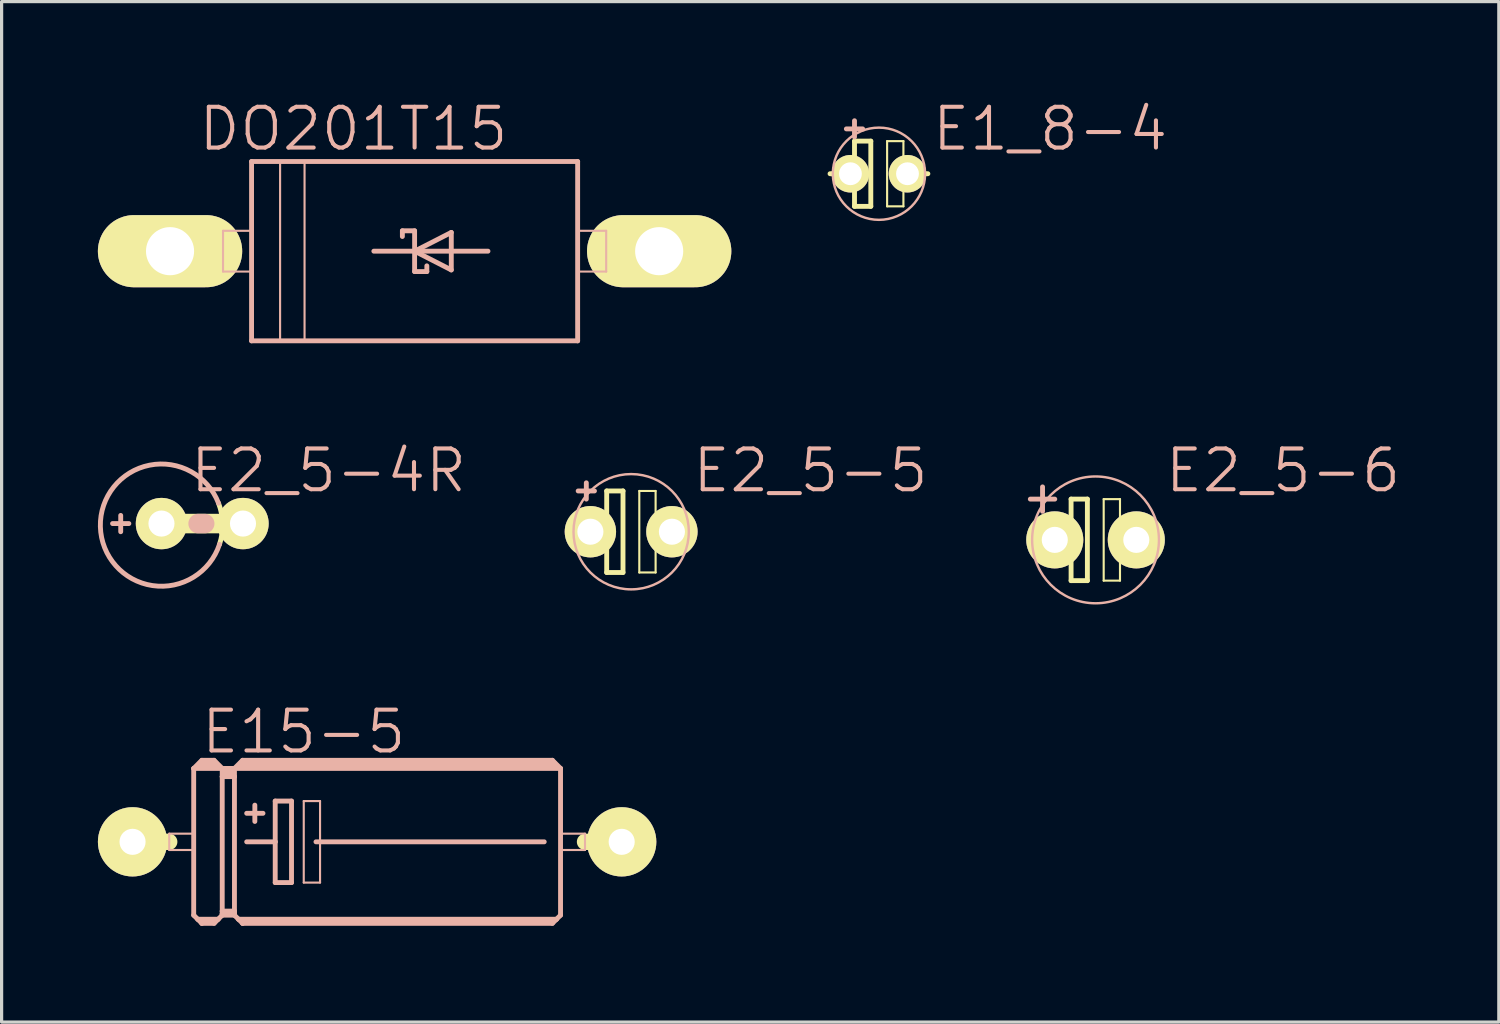
<source format=kicad_pcb>
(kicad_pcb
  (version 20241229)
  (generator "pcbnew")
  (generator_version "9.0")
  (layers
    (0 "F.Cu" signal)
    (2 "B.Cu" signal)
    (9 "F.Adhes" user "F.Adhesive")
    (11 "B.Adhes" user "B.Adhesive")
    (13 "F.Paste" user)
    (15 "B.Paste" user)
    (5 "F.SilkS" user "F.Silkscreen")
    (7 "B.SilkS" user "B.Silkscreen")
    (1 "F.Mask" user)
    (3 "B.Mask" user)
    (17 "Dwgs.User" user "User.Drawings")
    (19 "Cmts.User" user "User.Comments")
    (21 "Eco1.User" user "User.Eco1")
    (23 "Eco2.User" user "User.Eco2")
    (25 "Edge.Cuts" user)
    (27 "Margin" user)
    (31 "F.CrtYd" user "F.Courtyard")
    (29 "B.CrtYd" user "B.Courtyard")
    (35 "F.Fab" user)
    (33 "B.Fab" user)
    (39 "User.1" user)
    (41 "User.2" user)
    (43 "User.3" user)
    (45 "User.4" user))
  (footprint "E1_8-4"
    (layer "F.Cu")
    (at 24.336 2.363)
    (property "Reference" "E1_8-4" (at 5.334 -1.397 0) (layer "B.SilkS") (effects (font (size 1.27 1.27) (thickness 0.127))))
    (attr exclude_from_pos_files exclude_from_bom)
    (fp_line (start -1.524 0) (end -0.762 0) (stroke (width 0.152) (type solid)) (layer "F.SilkS"))
    (fp_line (start -0.762 -1.016) (end -0.762 0) (stroke (width 0.152) (type solid)) (layer "F.SilkS"))
    (fp_line (start -0.762 0) (end -0.762 1.016) (stroke (width 0.152) (type solid)) (layer "F.SilkS"))
    (fp_line (start -0.762 1.016) (end -0.254 1.016) (stroke (width 0.152) (type solid)) (layer "F.SilkS"))
    (fp_line (start -0.254 -1.016) (end -0.762 -1.016) (stroke (width 0.152) (type solid)) (layer "F.SilkS"))
    (fp_line (start -0.254 1.016) (end -0.254 -1.016) (stroke (width 0.152) (type solid)) (layer "F.SilkS"))
    (fp_line (start 0.254 -1.016) (end 0.762 -1.016) (stroke (width 0.066) (type solid)) (layer "F.SilkS"))
    (fp_line (start 0.254 1.016) (end 0.254 -1.016) (stroke (width 0.066) (type solid)) (layer "F.SilkS"))
    (fp_line (start 0.254 1.016) (end 0.762 1.016) (stroke (width 0.066) (type solid)) (layer "F.SilkS"))
    (fp_line (start 0.635 0) (end 1.524 0) (stroke (width 0.152) (type solid)) (layer "F.SilkS"))
    (fp_line (start 0.762 1.016) (end 0.762 -1.016) (stroke (width 0.066) (type solid)) (layer "F.SilkS"))
    (fp_line (start -1.016 -1.397) (end -0.508 -1.397) (stroke (width 0.152) (type solid)) (layer "B.SilkS"))
    (fp_line (start -0.762 -1.143) (end -0.762 -1.651) (stroke (width 0.152) (type solid)) (layer "B.SilkS"))
    (fp_circle (center 0 0) (end -1.016 1.016) (stroke (width 0.076) (type solid)) (fill no) (layer "B.SilkS"))
    (pad "+" thru_hole circle (at -0.889 0) (size 1.168 1.168) (drill 0.711) (layers "*.Cu" "F.Mask" "F.SilkS" "F.Paste"))
    (pad "-" thru_hole circle (at 0.889 0) (size 1.168 1.168) (drill 0.711) (layers "*.Cu" "F.Mask" "F.SilkS" "F.Paste")))
  (footprint "E15-5"
    (layer "F.Cu")
    (at 8.7 23.179)
    (property "Reference" "E15-5" (at -2.286 -3.429 0) (layer "B.SilkS") (effects (font (size 1.27 1.27) (thickness 0.127))))
    (attr exclude_from_pos_files exclude_from_bom)
    (fp_line (start -7.62 0) (end -6.477 0) (stroke (width 0.508) (type solid)) (layer "F.SilkS"))
    (fp_line (start 7.62 0) (end 6.477 0) (stroke (width 0.508) (type solid)) (layer "F.SilkS"))
    (fp_line (start -6.477 -0.254) (end -5.715 -0.254) (stroke (width 0.066) (type solid)) (layer "B.SilkS"))
    (fp_line (start -6.477 0.254) (end -6.477 -0.254) (stroke (width 0.066) (type solid)) (layer "B.SilkS"))
    (fp_line (start -6.477 0.254) (end -5.715 0.254) (stroke (width 0.066) (type solid)) (layer "B.SilkS"))
    (fp_line (start -5.715 -2.286) (end -4.826 -2.286) (stroke (width 0.152) (type solid)) (layer "B.SilkS"))
    (fp_line (start -5.715 0.254) (end -5.715 -0.254) (stroke (width 0.066) (type solid)) (layer "B.SilkS"))
    (fp_line (start -5.715 2.286) (end -5.715 -2.286) (stroke (width 0.152) (type solid)) (layer "B.SilkS"))
    (fp_line (start -5.715 2.286) (end -5.588 2.413) (stroke (width 0.152) (type solid)) (layer "B.SilkS"))
    (fp_line (start -5.588 2.413) (end -5.461 2.54) (stroke (width 0.152) (type solid)) (layer "B.SilkS"))
    (fp_line (start -5.588 2.413) (end -4.953 2.413) (stroke (width 0.152) (type solid)) (layer "B.SilkS"))
    (fp_line (start -5.461 -2.54) (end -5.715 -2.286) (stroke (width 0.152) (type solid)) (layer "B.SilkS"))
    (fp_line (start -5.461 -2.54) (end -5.08 -2.54) (stroke (width 0.152) (type solid)) (layer "B.SilkS"))
    (fp_line (start -5.461 -2.413) (end -5.08 -2.413) (stroke (width 0.305) (type solid)) (layer "B.SilkS"))
    (fp_line (start -5.461 2.489) (end -5.461 2.54) (stroke (width 0.152) (type solid)) (layer "B.SilkS"))
    (fp_line (start -5.461 2.54) (end -5.08 2.54) (stroke (width 0.152) (type solid)) (layer "B.SilkS"))
    (fp_line (start -5.08 -2.54) (end -4.826 -2.286) (stroke (width 0.152) (type solid)) (layer "B.SilkS"))
    (fp_line (start -5.08 2.489) (end -5.461 2.489) (stroke (width 0.152) (type solid)) (layer "B.SilkS"))
    (fp_line (start -5.08 2.54) (end -4.953 2.413) (stroke (width 0.152) (type solid)) (layer "B.SilkS"))
    (fp_line (start -4.953 2.413) (end -4.826 2.286) (stroke (width 0.152) (type solid)) (layer "B.SilkS"))
    (fp_line (start -4.826 -2.286) (end -4.826 -2.032) (stroke (width 0.152) (type solid)) (layer "B.SilkS"))
    (fp_line (start -4.826 -2.286) (end -4.445 -2.286) (stroke (width 0.152) (type solid)) (layer "B.SilkS"))
    (fp_line (start -4.826 -2.032) (end -4.826 2.159) (stroke (width 0.152) (type solid)) (layer "B.SilkS"))
    (fp_line (start -4.826 -2.032) (end -4.445 -2.032) (stroke (width 0.152) (type solid)) (layer "B.SilkS"))
    (fp_line (start -4.826 2.159) (end -4.826 2.235) (stroke (width 0.152) (type solid)) (layer "B.SilkS"))
    (fp_line (start -4.826 2.159) (end -4.445 2.159) (stroke (width 0.152) (type solid)) (layer "B.SilkS"))
    (fp_line (start -4.826 2.235) (end -4.826 2.286) (stroke (width 0.152) (type solid)) (layer "B.SilkS"))
    (fp_line (start -4.826 2.286) (end -4.445 2.286) (stroke (width 0.152) (type solid)) (layer "B.SilkS"))
    (fp_line (start -4.699 -2.159) (end -4.572 -2.159) (stroke (width 0.305) (type solid)) (layer "B.SilkS"))
    (fp_line (start -4.445 -2.286) (end -4.445 -2.032) (stroke (width 0.152) (type solid)) (layer "B.SilkS"))
    (fp_line (start -4.445 -2.286) (end -4.191 -2.54) (stroke (width 0.152) (type solid)) (layer "B.SilkS"))
    (fp_line (start -4.445 -2.286) (end 5.715 -2.286) (stroke (width 0.152) (type solid)) (layer "B.SilkS"))
    (fp_line (start -4.445 -2.032) (end -4.445 2.159) (stroke (width 0.152) (type solid)) (layer "B.SilkS"))
    (fp_line (start -4.445 2.159) (end -4.445 2.235) (stroke (width 0.152) (type solid)) (layer "B.SilkS"))
    (fp_line (start -4.445 2.235) (end -4.826 2.235) (stroke (width 0.152) (type solid)) (layer "B.SilkS"))
    (fp_line (start -4.445 2.235) (end -4.445 2.286) (stroke (width 0.152) (type solid)) (layer "B.SilkS"))
    (fp_line (start -4.445 2.286) (end -4.318 2.413) (stroke (width 0.152) (type solid)) (layer "B.SilkS"))
    (fp_line (start -4.318 2.413) (end -4.191 2.54) (stroke (width 0.152) (type solid)) (layer "B.SilkS"))
    (fp_line (start -4.318 2.413) (end 5.588 2.413) (stroke (width 0.152) (type solid)) (layer "B.SilkS"))
    (fp_line (start -4.191 -2.54) (end 5.461 -2.54) (stroke (width 0.152) (type solid)) (layer "B.SilkS"))
    (fp_line (start -4.191 -2.413) (end 5.461 -2.413) (stroke (width 0.305) (type solid)) (layer "B.SilkS"))
    (fp_line (start -4.191 2.489) (end -4.191 2.54) (stroke (width 0.152) (type solid)) (layer "B.SilkS"))
    (fp_line (start -4.191 2.54) (end 5.461 2.54) (stroke (width 0.152) (type solid)) (layer "B.SilkS"))
    (fp_line (start -4.064 -0.889) (end -3.556 -0.889) (stroke (width 0.152) (type solid)) (layer "B.SilkS"))
    (fp_line (start -4.064 0) (end -3.175 0) (stroke (width 0.152) (type solid)) (layer "B.SilkS"))
    (fp_line (start -3.81 -1.143) (end -3.81 -0.635) (stroke (width 0.152) (type solid)) (layer "B.SilkS"))
    (fp_line (start -3.175 -1.27) (end -3.175 0) (stroke (width 0.152) (type solid)) (layer "B.SilkS"))
    (fp_line (start -3.175 0) (end -3.175 1.27) (stroke (width 0.152) (type solid)) (layer "B.SilkS"))
    (fp_line (start -3.175 1.27) (end -2.667 1.27) (stroke (width 0.152) (type solid)) (layer "B.SilkS"))
    (fp_line (start -2.667 -1.27) (end -3.175 -1.27) (stroke (width 0.152) (type solid)) (layer "B.SilkS"))
    (fp_line (start -2.667 1.27) (end -2.667 -1.27) (stroke (width 0.152) (type solid)) (layer "B.SilkS"))
    (fp_line (start -2.286 -1.27) (end -1.778 -1.27) (stroke (width 0.066) (type solid)) (layer "B.SilkS"))
    (fp_line (start -2.286 1.27) (end -2.286 -1.27) (stroke (width 0.066) (type solid)) (layer "B.SilkS"))
    (fp_line (start -2.286 1.27) (end -1.778 1.27) (stroke (width 0.066) (type solid)) (layer "B.SilkS"))
    (fp_line (start -1.905 0) (end 5.207 0) (stroke (width 0.152) (type solid)) (layer "B.SilkS"))
    (fp_line (start -1.778 1.27) (end -1.778 -1.27) (stroke (width 0.066) (type solid)) (layer "B.SilkS"))
    (fp_line (start 5.461 2.489) (end -4.191 2.489) (stroke (width 0.152) (type solid)) (layer "B.SilkS"))
    (fp_line (start 5.588 2.413) (end 5.461 2.54) (stroke (width 0.152) (type solid)) (layer "B.SilkS"))
    (fp_line (start 5.715 -2.286) (end 5.461 -2.54) (stroke (width 0.152) (type solid)) (layer "B.SilkS"))
    (fp_line (start 5.715 -2.286) (end 5.715 2.286) (stroke (width 0.152) (type solid)) (layer "B.SilkS"))
    (fp_line (start 5.715 -0.254) (end 6.477 -0.254) (stroke (width 0.066) (type solid)) (layer "B.SilkS"))
    (fp_line (start 5.715 0.254) (end 5.715 -0.254) (stroke (width 0.066) (type solid)) (layer "B.SilkS"))
    (fp_line (start 5.715 0.254) (end 6.477 0.254) (stroke (width 0.066) (type solid)) (layer "B.SilkS"))
    (fp_line (start 5.715 2.286) (end 5.588 2.413) (stroke (width 0.152) (type solid)) (layer "B.SilkS"))
    (fp_line (start 6.477 0.254) (end 6.477 -0.254) (stroke (width 0.066) (type solid)) (layer "B.SilkS"))
    (pad "+" thru_hole circle (at -7.62 0) (size 2.159 2.159) (drill 0.813) (layers "*.Cu" "F.Mask" "F.SilkS" "F.Paste"))
    (pad "-" thru_hole circle (at 7.62 0) (size 2.159 2.159) (drill 0.813) (layers "*.Cu" "F.Mask" "F.SilkS" "F.Paste")))
  (footprint "DO201T15"
    (layer "F.Cu")
    (at 9.868 4.776)
    (property "Reference" "DO201T15" (at -1.905 -3.81 0) (layer "B.SilkS") (effects (font (size 1.27 1.27) (thickness 0.127))))
    (attr exclude_from_pos_files exclude_from_bom)
    (fp_line (start -7.62 0) (end -6.223 0) (stroke (width 1.27) (type solid)) (layer "F.SilkS"))
    (fp_line (start 7.62 0) (end 6.223 0) (stroke (width 1.27) (type solid)) (layer "F.SilkS"))
    (fp_line (start -5.969 -0.635) (end -5.08 -0.635) (stroke (width 0.066) (type solid)) (layer "B.SilkS"))
    (fp_line (start -5.969 0.635) (end -5.969 -0.635) (stroke (width 0.066) (type solid)) (layer "B.SilkS"))
    (fp_line (start -5.969 0.635) (end -5.08 0.635) (stroke (width 0.066) (type solid)) (layer "B.SilkS"))
    (fp_line (start -5.08 -2.794) (end 5.08 -2.794) (stroke (width 0.152) (type solid)) (layer "B.SilkS"))
    (fp_line (start -5.08 0.635) (end -5.08 -0.635) (stroke (width 0.066) (type solid)) (layer "B.SilkS"))
    (fp_line (start -5.08 2.794) (end -5.08 -2.794) (stroke (width 0.152) (type solid)) (layer "B.SilkS"))
    (fp_line (start -4.191 -2.794) (end -3.429 -2.794) (stroke (width 0.066) (type solid)) (layer "B.SilkS"))
    (fp_line (start -4.191 2.794) (end -4.191 -2.794) (stroke (width 0.066) (type solid)) (layer "B.SilkS"))
    (fp_line (start -4.191 2.794) (end -3.429 2.794) (stroke (width 0.066) (type solid)) (layer "B.SilkS"))
    (fp_line (start -3.429 2.794) (end -3.429 -2.794) (stroke (width 0.066) (type solid)) (layer "B.SilkS"))
    (fp_line (start -1.27 0) (end 0 0) (stroke (width 0.152) (type solid)) (layer "B.SilkS"))
    (fp_line (start -0.381 -0.635) (end 0 -0.635) (stroke (width 0.152) (type solid)) (layer "B.SilkS"))
    (fp_line (start -0.381 -0.457) (end -0.381 -0.635) (stroke (width 0.152) (type solid)) (layer "B.SilkS"))
    (fp_line (start 0 -0.635) (end 0 0) (stroke (width 0.152) (type solid)) (layer "B.SilkS"))
    (fp_line (start 0 0) (end 1.143 -0.584) (stroke (width 0.152) (type solid)) (layer "B.SilkS"))
    (fp_line (start 0 0) (end 2.286 0) (stroke (width 0.152) (type solid)) (layer "B.SilkS"))
    (fp_line (start 0 0.635) (end 0 0) (stroke (width 0.152) (type solid)) (layer "B.SilkS"))
    (fp_line (start 0.381 0.457) (end 0.381 0.635) (stroke (width 0.152) (type solid)) (layer "B.SilkS"))
    (fp_line (start 0.381 0.635) (end 0 0.635) (stroke (width 0.152) (type solid)) (layer "B.SilkS"))
    (fp_line (start 1.143 -0.584) (end 1.143 0.584) (stroke (width 0.152) (type solid)) (layer "B.SilkS"))
    (fp_line (start 1.143 0.584) (end 0 0) (stroke (width 0.152) (type solid)) (layer "B.SilkS"))
    (fp_line (start 5.08 -2.794) (end 5.08 2.794) (stroke (width 0.152) (type solid)) (layer "B.SilkS"))
    (fp_line (start 5.08 -0.635) (end 5.969 -0.635) (stroke (width 0.066) (type solid)) (layer "B.SilkS"))
    (fp_line (start 5.08 0.635) (end 5.08 -0.635) (stroke (width 0.066) (type solid)) (layer "B.SilkS"))
    (fp_line (start 5.08 0.635) (end 5.969 0.635) (stroke (width 0.066) (type solid)) (layer "B.SilkS"))
    (fp_line (start 5.08 2.794) (end -5.08 2.794) (stroke (width 0.152) (type solid)) (layer "B.SilkS"))
    (fp_line (start 5.969 0.635) (end 5.969 -0.635) (stroke (width 0.066) (type solid)) (layer "B.SilkS"))
    (pad "A" thru_hole oval (at 7.62 0 90) (size 2.248 4.496) (drill 1.499) (layers "*.Cu" "F.Mask" "F.SilkS" "F.Paste"))
    (pad "C" thru_hole oval (at -7.62 0 90) (size 2.248 4.496) (drill 1.499) (layers "*.Cu" "F.Mask" "F.SilkS" "F.Paste")))
  (footprint "E2_5-6"
    (layer "F.Cu")
    (at 31.084 13.771)
    (property "Reference" "E2_5-6" (at 5.842 -2.159 0) (layer "B.SilkS") (effects (font (size 1.27 1.27) (thickness 0.127))))
    (attr exclude_from_pos_files exclude_from_bom)
    (fp_line (start -1.651 0) (end -0.762 0) (stroke (width 0.152) (type solid)) (layer "F.SilkS"))
    (fp_line (start -0.762 -1.27) (end -0.762 0) (stroke (width 0.152) (type solid)) (layer "F.SilkS"))
    (fp_line (start -0.762 0) (end -0.762 1.27) (stroke (width 0.152) (type solid)) (layer "F.SilkS"))
    (fp_line (start -0.762 1.27) (end -0.254 1.27) (stroke (width 0.152) (type solid)) (layer "F.SilkS"))
    (fp_line (start -0.254 -1.27) (end -0.762 -1.27) (stroke (width 0.152) (type solid)) (layer "F.SilkS"))
    (fp_line (start -0.254 1.27) (end -0.254 -1.27) (stroke (width 0.152) (type solid)) (layer "F.SilkS"))
    (fp_line (start 0.254 -1.27) (end 0.762 -1.27) (stroke (width 0.066) (type solid)) (layer "F.SilkS"))
    (fp_line (start 0.254 1.27) (end 0.254 -1.27) (stroke (width 0.066) (type solid)) (layer "F.SilkS"))
    (fp_line (start 0.254 1.27) (end 0.762 1.27) (stroke (width 0.066) (type solid)) (layer "F.SilkS"))
    (fp_line (start 0.635 0) (end 1.651 0) (stroke (width 0.152) (type solid)) (layer "F.SilkS"))
    (fp_line (start 0.762 1.27) (end 0.762 -1.27) (stroke (width 0.066) (type solid)) (layer "F.SilkS"))
    (fp_line (start -2.032 -1.27) (end -1.651 -1.27) (stroke (width 0.152) (type solid)) (layer "B.SilkS"))
    (fp_line (start -1.651 -1.27) (end -1.651 -1.651) (stroke (width 0.152) (type solid)) (layer "B.SilkS"))
    (fp_line (start -1.651 -1.27) (end -1.27 -1.27) (stroke (width 0.152) (type solid)) (layer "B.SilkS"))
    (fp_line (start -1.651 -0.889) (end -1.651 -1.27) (stroke (width 0.152) (type solid)) (layer "B.SilkS"))
    (fp_circle (center 0 0) (end -1.397 1.397) (stroke (width 0.076) (type solid)) (fill no) (layer "B.SilkS"))
    (pad "+" thru_hole circle (at -1.27 0) (size 1.778 1.778) (drill 0.813) (layers "*.Cu" "F.Mask" "F.SilkS" "F.Paste"))
    (pad "-" thru_hole circle (at 1.27 0) (size 1.778 1.778) (drill 0.813) (layers "*.Cu" "F.Mask" "F.SilkS" "F.Paste")))
  (footprint "E2_5-4R"
    (layer "F.Cu")
    (at 3.251 13.263)
    (property "Reference" "E2_5-4R" (at 3.937 -1.651 0) (layer "B.SilkS") (effects (font (size 1.27 1.27) (thickness 0.127))))
    (attr exclude_from_pos_files exclude_from_bom)
    (fp_line (start 1.27 0) (end -1.27 0) (stroke (width 0.61) (type solid)) (layer "F.SilkS"))
    (fp_arc (start 0.508 -0.635) (mid 0.634179 0.001023) (end 0.539692 0.64252) (stroke (width 0.1524) (type solid)) (layer "F.SilkS"))
    (fp_line (start -2.794 0) (end -2.286 0) (stroke (width 0.152) (type solid)) (layer "B.SilkS"))
    (fp_line (start -2.54 0.254) (end -2.54 -0.254) (stroke (width 0.152) (type solid)) (layer "B.SilkS"))
    (fp_line (start -0.127 0) (end 0.076 0) (stroke (width 0.61) (type solid)) (layer "B.SilkS"))
    (fp_arc (start 0.53848 0.64516) (mid -3.173884 0.094265) (end 0.50754 -0.635291) (stroke (width 0.1524) (type solid)) (layer "B.SilkS"))
    (pad "+" thru_hole circle (at -1.27 0) (size 1.6 1.6) (drill 0.813) (layers "*.Cu" "F.Mask" "F.SilkS" "F.Paste"))
    (pad "-" thru_hole circle (at 1.27 0) (size 1.6 1.6) (drill 0.813) (layers "*.Cu" "F.Mask" "F.SilkS" "F.Paste")))
  (footprint "E2_5-5"
    (layer "F.Cu")
    (at 16.615 13.517)
    (property "Reference" "E2_5-5" (at 5.588 -1.905 0) (layer "B.SilkS") (effects (font (size 1.27 1.27) (thickness 0.127))))
    (attr exclude_from_pos_files exclude_from_bom)
    (fp_line (start -1.651 0) (end -0.762 0) (stroke (width 0.152) (type solid)) (layer "F.SilkS"))
    (fp_line (start -0.762 -1.27) (end -0.762 0) (stroke (width 0.152) (type solid)) (layer "F.SilkS"))
    (fp_line (start -0.762 0) (end -0.762 1.27) (stroke (width 0.152) (type solid)) (layer "F.SilkS"))
    (fp_line (start -0.762 1.27) (end -0.254 1.27) (stroke (width 0.152) (type solid)) (layer "F.SilkS"))
    (fp_line (start -0.254 -1.27) (end -0.762 -1.27) (stroke (width 0.152) (type solid)) (layer "F.SilkS"))
    (fp_line (start -0.254 1.27) (end -0.254 -1.27) (stroke (width 0.152) (type solid)) (layer "F.SilkS"))
    (fp_line (start 0.254 -1.27) (end 0.762 -1.27) (stroke (width 0.066) (type solid)) (layer "F.SilkS"))
    (fp_line (start 0.254 1.27) (end 0.254 -1.27) (stroke (width 0.066) (type solid)) (layer "F.SilkS"))
    (fp_line (start 0.254 1.27) (end 0.762 1.27) (stroke (width 0.066) (type solid)) (layer "F.SilkS"))
    (fp_line (start 0.635 0) (end 1.651 0) (stroke (width 0.152) (type solid)) (layer "F.SilkS"))
    (fp_line (start 0.762 1.27) (end 0.762 -1.27) (stroke (width 0.066) (type solid)) (layer "F.SilkS"))
    (fp_line (start -1.651 -1.27) (end -1.397 -1.27) (stroke (width 0.152) (type solid)) (layer "B.SilkS"))
    (fp_line (start -1.397 -1.27) (end -1.397 -1.524) (stroke (width 0.152) (type solid)) (layer "B.SilkS"))
    (fp_line (start -1.397 -1.27) (end -1.143 -1.27) (stroke (width 0.152) (type solid)) (layer "B.SilkS"))
    (fp_line (start -1.397 -1.016) (end -1.397 -1.27) (stroke (width 0.152) (type solid)) (layer "B.SilkS"))
    (fp_circle (center 0 0) (end -1.27 1.27) (stroke (width 0.076) (type solid)) (fill no) (layer "B.SilkS"))
    (pad "+" thru_hole circle (at -1.27 0) (size 1.6 1.6) (drill 0.813) (layers "*.Cu" "F.Mask" "F.SilkS" "F.Paste"))
    (pad "-" thru_hole circle (at 1.27 0) (size 1.6 1.6) (drill 0.813) (layers "*.Cu" "F.Mask" "F.SilkS" "F.Paste")))
  (gr_rect
    (start -3 -3)
    (end 43.649 28.796)
    (stroke (width 0.1) (type default))
    (fill no)
    (layer "Edge.Cuts")))
</source>
